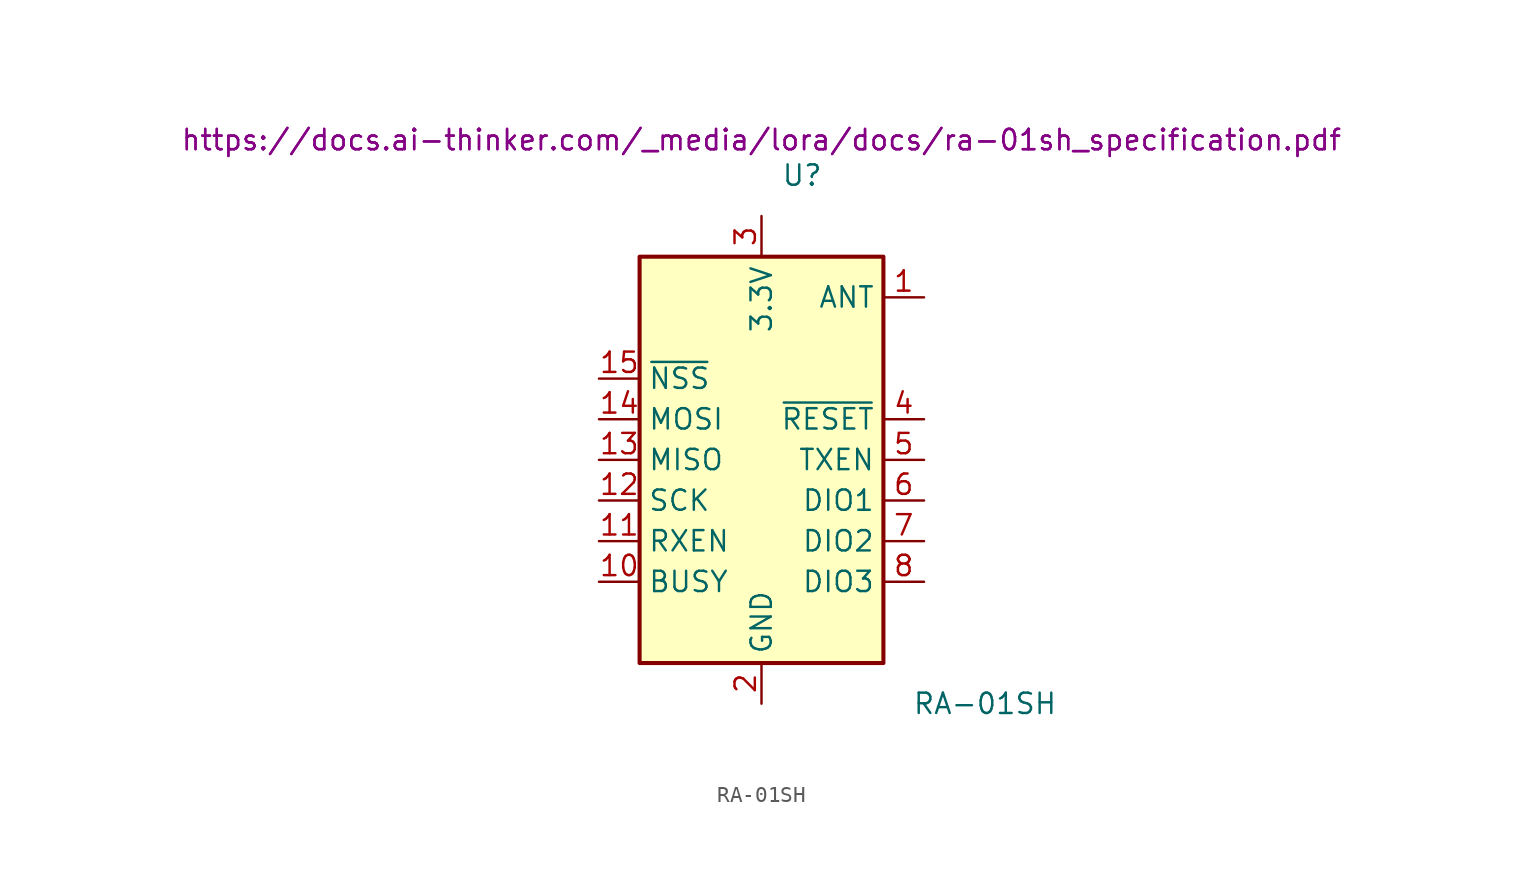
<source format=kicad_sym>
(kicad_symbol_lib
  (version 20220914)
  (generator kicad_symbol_editor)
  (symbol "RA-01SH"
    (property "Reference" "U"
      (at 2.54 17.78 0)
      (effects (font (size 1.27 1.27))))
    (property "Value" "RA-01SH"
      (at 13.97 -15.24 0)
      (effects (font (size 1.27 1.27))))
    (property "Datasheet" "https://docs.ai-thinker.com/_media/lora/docs/ra-01sh_specification.pdf"
      (at 0 20 0)
      (effects (font (size 1.27 1.27))))
    (property "Digikey" "https://docs.ai-thinker.com/_media/lora/docs/ra-01sh_specification.pdf"
      (at 0 20 0)
      (effects (font (size 1.27 1.27))))
    (symbol "RA-01SH_1_1"
      (rectangle (start -7.62 12.7) (end 7.62 -12.7) (stroke (width 0.254) (type default)) (fill (type background)))
      (pin passive line (at 10.16 10.16 180) (length 2.54) (name "ANT" (effects (font (size 1.27 1.27)))) (number "1" (effects (font (size 1.27 1.27)))))
      (pin bidirectional line (at -10.16 -7.62 0) (length 2.54) (name "BUSY" (effects (font (size 1.27 1.27)))) (number "10" (effects (font (size 1.27 1.27)))))
      (pin bidirectional line (at -10.16 -5.08 0) (length 2.54) (name "RXEN" (effects (font (size 1.27 1.27)))) (number "11" (effects (font (size 1.27 1.27)))))
      (pin input line (at -10.16 -2.54 0) (length 2.54) (name "SCK" (effects (font (size 1.27 1.27)))) (number "12" (effects (font (size 1.27 1.27)))))
      (pin output line (at -10.16 0 0) (length 2.54) (name "MISO" (effects (font (size 1.27 1.27)))) (number "13" (effects (font (size 1.27 1.27)))))
      (pin input line (at -10.16 2.54 0) (length 2.54) (name "MOSI" (effects (font (size 1.27 1.27)))) (number "14" (effects (font (size 1.27 1.27)))))
      (pin input line (at -10.16 5.08 0) (length 2.54) (name "~{NSS}" (effects (font (size 1.27 1.27)))) (number "15" (effects (font (size 1.27 1.27)))))
      (pin passive line (at 0 -15.24 90) (length 2.54) hide (name "GND" (effects (font (size 1.27 1.27)))) (number "16" (effects (font (size 1.27 1.27)))))
      (pin power_in line (at 0 -15.24 90) (length 2.54) (name "GND" (effects (font (size 1.27 1.27)))) (number "2" (effects (font (size 1.27 1.27)))))
      (pin power_in line (at 0 15.24 270) (length 2.54) (name "3.3V" (effects (font (size 1.27 1.27)))) (number "3" (effects (font (size 1.27 1.27)))))
      (pin input line (at 10.16 2.54 180) (length 2.54) (name "~{RESET}" (effects (font (size 1.27 1.27)))) (number "4" (effects (font (size 1.27 1.27)))))
      (pin bidirectional line (at 10.16 0 180) (length 2.54) (name "TXEN" (effects (font (size 1.27 1.27)))) (number "5" (effects (font (size 1.27 1.27)))))
      (pin bidirectional line (at 10.16 -2.54 180) (length 2.54) (name "DIO1" (effects (font (size 1.27 1.27)))) (number "6" (effects (font (size 1.27 1.27)))))
      (pin bidirectional line (at 10.16 -5.08 180) (length 2.54) (name "DIO2" (effects (font (size 1.27 1.27)))) (number "7" (effects (font (size 1.27 1.27)))))
      (pin bidirectional line (at 10.16 -7.62 180) (length 2.54) (name "DIO3" (effects (font (size 1.27 1.27)))) (number "8" (effects (font (size 1.27 1.27)))))
      (pin passive line (at 0 -15.24 90) (length 2.54) hide (name "GND" (effects (font (size 1.27 1.27)))) (number "9" (effects (font (size 1.27 1.27))))))))
</source>
